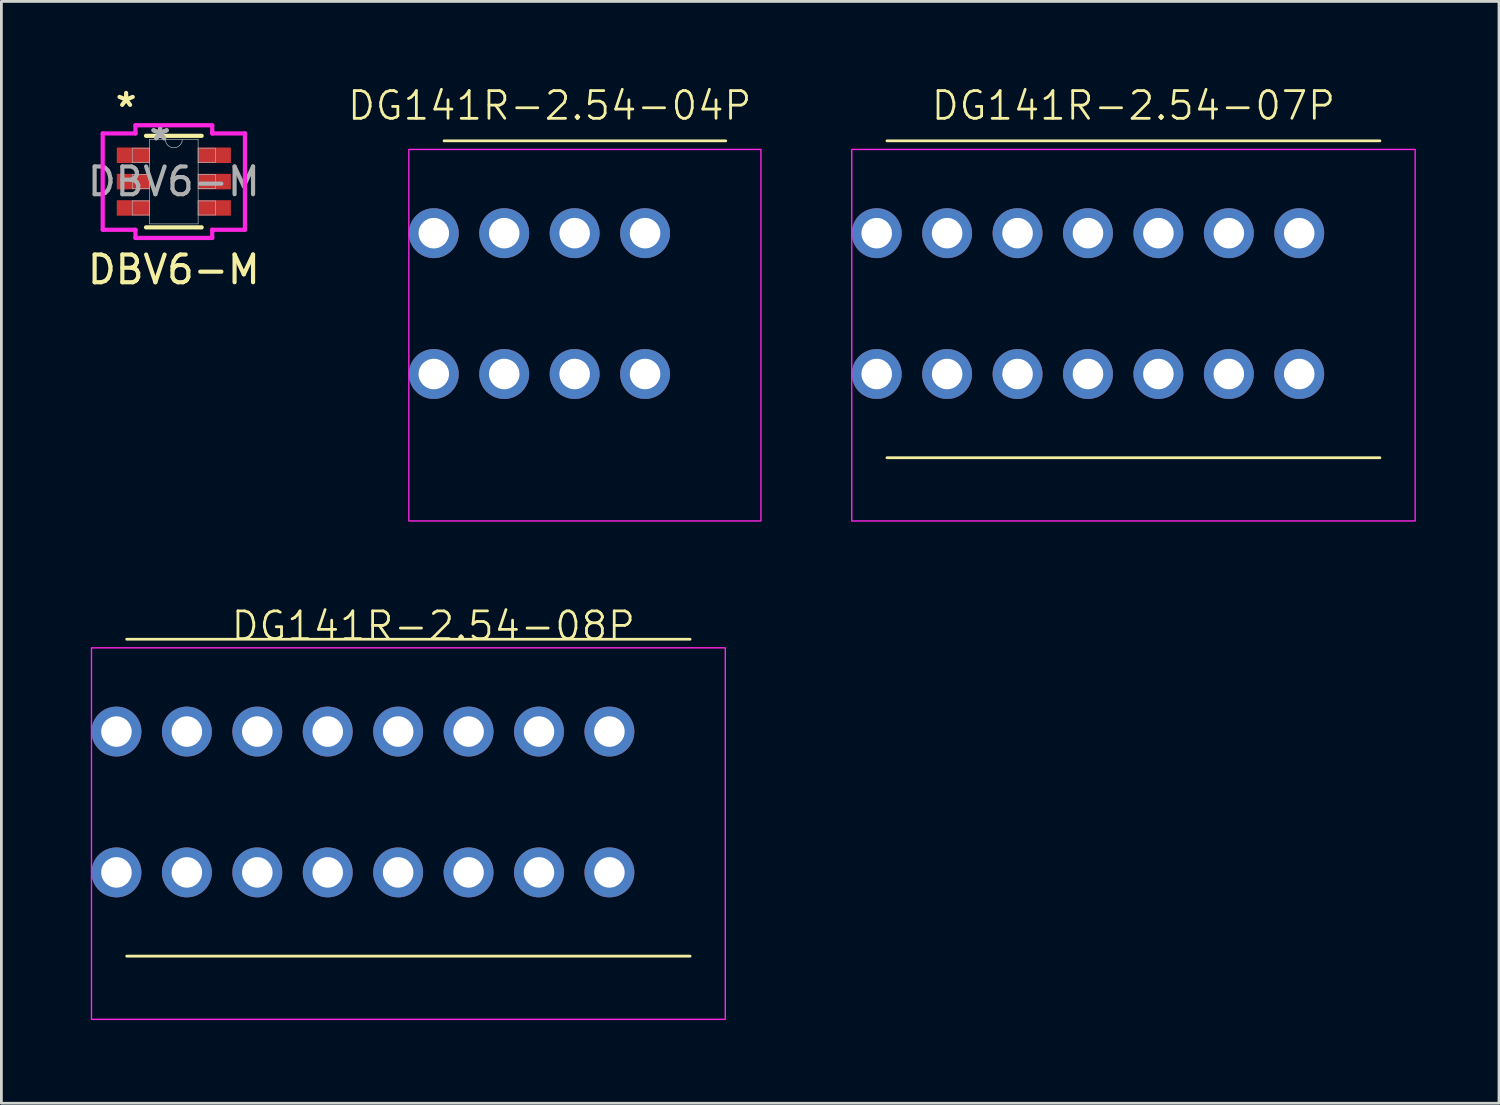
<source format=kicad_pcb>
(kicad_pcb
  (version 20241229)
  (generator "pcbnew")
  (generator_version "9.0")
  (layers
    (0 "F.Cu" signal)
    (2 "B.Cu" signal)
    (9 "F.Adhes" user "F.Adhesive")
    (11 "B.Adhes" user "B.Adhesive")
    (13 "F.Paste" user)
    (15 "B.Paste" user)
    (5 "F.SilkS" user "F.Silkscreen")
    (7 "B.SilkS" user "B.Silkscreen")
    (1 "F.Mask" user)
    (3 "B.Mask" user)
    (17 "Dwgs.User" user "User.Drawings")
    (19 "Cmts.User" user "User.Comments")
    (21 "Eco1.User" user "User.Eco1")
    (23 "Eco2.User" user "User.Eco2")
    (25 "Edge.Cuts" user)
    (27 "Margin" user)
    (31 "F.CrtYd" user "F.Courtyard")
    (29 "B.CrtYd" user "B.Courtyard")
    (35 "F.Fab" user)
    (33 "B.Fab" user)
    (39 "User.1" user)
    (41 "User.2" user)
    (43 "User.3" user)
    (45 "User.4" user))
  (footprint "DG141R-2.54-07P"
    (layer "F.Cu")
    (at 27.671 13.46)
    (property "Reference" "DG141R-2.54-07P" (at 10.16 -12.7 0) (unlocked yes) (layer "F.SilkS") (effects (font (size 1 1) (thickness 0.1))))
    (attr through_hole)
    (fp_line (start 1.27 -11.43) (end 19.05 -11.43) (stroke (width 0.1) (type default)) (layer "F.SilkS"))
    (fp_line (start 1.27 0) (end 19.05 0) (stroke (width 0.1) (type default)) (layer "F.SilkS"))
    (fp_rect (start 0 -11.12) (end 20.32 2.28) (stroke (width 0.05) (type default)) (fill no) (layer "F.CrtYd"))
    (pad "1" thru_hole circle (at 0.9 -8.1) (size 1.8 1.8) (drill 1.1) (layers "*.Cu" "*.Mask"))
    (pad "1." thru_hole circle (at 0.9 -3.02) (size 1.8 1.8) (drill 1.1) (layers "*.Cu" "*.Mask"))
    (pad "2" thru_hole circle (at 3.44 -8.1) (size 1.8 1.8) (drill 1.1) (layers "*.Cu" "*.Mask"))
    (pad "2." thru_hole circle (at 3.44 -3.02) (size 1.8 1.8) (drill 1.1) (layers "*.Cu" "*.Mask"))
    (pad "3" thru_hole circle (at 5.98 -8.1) (size 1.8 1.8) (drill 1.1) (layers "*.Cu" "*.Mask"))
    (pad "3." thru_hole circle (at 5.98 -3.02) (size 1.8 1.8) (drill 1.1) (layers "*.Cu" "*.Mask"))
    (pad "4" thru_hole circle (at 8.52 -8.1) (size 1.8 1.8) (drill 1.1) (layers "*.Cu" "*.Mask"))
    (pad "4." thru_hole circle (at 8.52 -3.02) (size 1.8 1.8) (drill 1.1) (layers "*.Cu" "*.Mask"))
    (pad "5" thru_hole circle (at 11.06 -8.1) (size 1.8 1.8) (drill 1.1) (layers "*.Cu" "*.Mask"))
    (pad "5." thru_hole circle (at 11.06 -3.02) (size 1.8 1.8) (drill 1.1) (layers "*.Cu" "*.Mask"))
    (pad "6" thru_hole circle (at 13.6 -8.1) (size 1.8 1.8) (drill 1.1) (layers "*.Cu" "*.Mask"))
    (pad "6." thru_hole circle (at 13.6 -3.02) (size 1.8 1.8) (drill 1.1) (layers "*.Cu" "*.Mask"))
    (pad "7" thru_hole circle (at 16.14 -8.1) (size 1.8 1.8) (drill 1.1) (layers "*.Cu" "*.Mask"))
    (pad "7." thru_hole circle (at 16.14 -3.02) (size 1.8 1.8) (drill 1.1) (layers "*.Cu" "*.Mask")))
  (footprint "DBV6-M"
    (layer "F.Cu")
    (at 3.22 3.5)
    (property "Reference" "DBV6-M" (at 0 3.175 0) (unlocked yes) (layer "F.SilkS") (effects (font (size 1 1) (thickness 0.15))))
    (attr smd)
    (fp_line (start -1.003 1.651) (end 1.003 1.651) (stroke (width 0.152) (type solid)) (layer "F.SilkS"))
    (fp_line (start 1.003 -1.651) (end -1.003 -1.651) (stroke (width 0.152) (type solid)) (layer "F.SilkS"))
    (fp_line (start -2.565 -1.737) (end -1.384 -1.737) (stroke (width 0.152) (type solid)) (layer "F.CrtYd"))
    (fp_line (start -2.565 1.737) (end -2.565 -1.737) (stroke (width 0.152) (type solid)) (layer "F.CrtYd"))
    (fp_line (start -2.565 1.737) (end -1.384 1.737) (stroke (width 0.152) (type solid)) (layer "F.CrtYd"))
    (fp_line (start -1.384 -2.032) (end 1.384 -2.032) (stroke (width 0.152) (type solid)) (layer "F.CrtYd"))
    (fp_line (start -1.384 -1.737) (end -1.384 -2.032) (stroke (width 0.152) (type solid)) (layer "F.CrtYd"))
    (fp_line (start -1.384 2.032) (end -1.384 1.737) (stroke (width 0.152) (type solid)) (layer "F.CrtYd"))
    (fp_line (start 1.384 -2.032) (end 1.384 -1.737) (stroke (width 0.152) (type solid)) (layer "F.CrtYd"))
    (fp_line (start 1.384 1.737) (end 1.384 2.032) (stroke (width 0.152) (type solid)) (layer "F.CrtYd"))
    (fp_line (start 1.384 2.032) (end -1.384 2.032) (stroke (width 0.152) (type solid)) (layer "F.CrtYd"))
    (fp_line (start 2.565 -1.737) (end 1.384 -1.737) (stroke (width 0.152) (type solid)) (layer "F.CrtYd"))
    (fp_line (start 2.565 -1.737) (end 2.565 1.737) (stroke (width 0.152) (type solid)) (layer "F.CrtYd"))
    (fp_line (start 2.565 1.737) (end 1.384 1.737) (stroke (width 0.152) (type solid)) (layer "F.CrtYd"))
    (fp_line (start -1.499 -1.204) (end -1.499 -0.696) (stroke (width 0.025) (type solid)) (layer "F.Fab"))
    (fp_line (start -1.499 -0.696) (end -0.876 -0.696) (stroke (width 0.025) (type solid)) (layer "F.Fab"))
    (fp_line (start -1.499 -0.254) (end -1.499 0.254) (stroke (width 0.025) (type solid)) (layer "F.Fab"))
    (fp_line (start -1.499 0.254) (end -0.876 0.254) (stroke (width 0.025) (type solid)) (layer "F.Fab"))
    (fp_line (start -1.499 0.696) (end -1.499 1.204) (stroke (width 0.025) (type solid)) (layer "F.Fab"))
    (fp_line (start -1.499 1.204) (end -0.876 1.204) (stroke (width 0.025) (type solid)) (layer "F.Fab"))
    (fp_line (start -0.876 -1.524) (end -0.876 1.524) (stroke (width 0.025) (type solid)) (layer "F.Fab"))
    (fp_line (start -0.876 -1.204) (end -1.499 -1.204) (stroke (width 0.025) (type solid)) (layer "F.Fab"))
    (fp_line (start -0.876 -0.696) (end -0.876 -1.204) (stroke (width 0.025) (type solid)) (layer "F.Fab"))
    (fp_line (start -0.876 -0.254) (end -1.499 -0.254) (stroke (width 0.025) (type solid)) (layer "F.Fab"))
    (fp_line (start -0.876 0.254) (end -0.876 -0.254) (stroke (width 0.025) (type solid)) (layer "F.Fab"))
    (fp_line (start -0.876 0.696) (end -1.499 0.696) (stroke (width 0.025) (type solid)) (layer "F.Fab"))
    (fp_line (start -0.876 1.204) (end -0.876 0.696) (stroke (width 0.025) (type solid)) (layer "F.Fab"))
    (fp_line (start -0.876 1.524) (end 0.876 1.524) (stroke (width 0.025) (type solid)) (layer "F.Fab"))
    (fp_line (start 0.876 -1.524) (end -0.876 -1.524) (stroke (width 0.025) (type solid)) (layer "F.Fab"))
    (fp_line (start 0.876 -1.204) (end 0.876 -0.696) (stroke (width 0.025) (type solid)) (layer "F.Fab"))
    (fp_line (start 0.876 -0.696) (end 1.499 -0.696) (stroke (width 0.025) (type solid)) (layer "F.Fab"))
    (fp_line (start 0.876 -0.254) (end 0.876 0.254) (stroke (width 0.025) (type solid)) (layer "F.Fab"))
    (fp_line (start 0.876 0.254) (end 1.499 0.254) (stroke (width 0.025) (type solid)) (layer "F.Fab"))
    (fp_line (start 0.876 0.696) (end 0.876 1.204) (stroke (width 0.025) (type solid)) (layer "F.Fab"))
    (fp_line (start 0.876 1.204) (end 1.499 1.204) (stroke (width 0.025) (type solid)) (layer "F.Fab"))
    (fp_line (start 0.876 1.524) (end 0.876 -1.524) (stroke (width 0.025) (type solid)) (layer "F.Fab"))
    (fp_line (start 1.499 -1.204) (end 0.876 -1.204) (stroke (width 0.025) (type solid)) (layer "F.Fab"))
    (fp_line (start 1.499 -0.696) (end 1.499 -1.204) (stroke (width 0.025) (type solid)) (layer "F.Fab"))
    (fp_line (start 1.499 -0.254) (end 0.876 -0.254) (stroke (width 0.025) (type solid)) (layer "F.Fab"))
    (fp_line (start 1.499 0.254) (end 1.499 -0.254) (stroke (width 0.025) (type solid)) (layer "F.Fab"))
    (fp_line (start 1.499 0.696) (end 0.876 0.696) (stroke (width 0.025) (type solid)) (layer "F.Fab"))
    (fp_line (start 1.499 1.204) (end 1.499 0.696) (stroke (width 0.025) (type solid)) (layer "F.Fab"))
    (fp_arc (start 0.3048 -1.524) (mid 0 -1.2192) (end -0.3048 -1.524) (stroke (width 0.0254) (type solid)) (layer "F.Fab"))
    (fp_text user "*" (at -1.721 -2.652 0) (unlocked yes) (layer "F.SilkS") (effects (font (size 1 1) (thickness 0.15))))
    (fp_text user "*" (at -0.495 -1.448 0) (layer "F.Fab") (effects (font (size 1 1) (thickness 0.15))))
    (fp_text user "*" (at -0.495 -1.448 0) (unlocked yes) (layer "F.Fab") (effects (font (size 1 1) (thickness 0.15))))
    (fp_text user "${REFERENCE}" (at 0 0 0) (unlocked yes) (layer "F.Fab") (effects (font (size 1 1) (thickness 0.15))))
    (pad "1" smd rect (at -1.467 -0.95) (size 1.181 0.559) (layers "F.Cu" "F.Mask" "F.Paste"))
    (pad "2" smd rect (at -1.467 0) (size 1.181 0.559) (layers "F.Cu" "F.Mask" "F.Paste"))
    (pad "3" smd rect (at -1.467 0.95) (size 1.181 0.559) (layers "F.Cu" "F.Mask" "F.Paste"))
    (pad "4" smd rect (at 1.467 0.95) (size 1.181 0.559) (layers "F.Cu" "F.Mask" "F.Paste"))
    (pad "5" smd rect (at 1.467 0) (size 1.181 0.559) (layers "F.Cu" "F.Mask" "F.Paste"))
    (pad "6" smd rect (at 1.467 -0.95) (size 1.181 0.559) (layers "F.Cu" "F.Mask" "F.Paste")))
  (footprint "DG141R-2.54-08P"
    (layer "F.Cu")
    (at 0.25 31.436)
    (property "Reference" "DG141R-2.54-08P" (at 12.33 -11.91 0) (unlocked yes) (layer "F.SilkS") (effects (font (size 1 1) (thickness 0.1))))
    (attr through_hole)
    (fp_line (start 1.27 -11.43) (end 21.59 -11.43) (stroke (width 0.1) (type default)) (layer "F.SilkS"))
    (fp_line (start 1.27 0) (end 21.59 0) (stroke (width 0.1) (type default)) (layer "F.SilkS"))
    (fp_rect (start 0 -11.12) (end 22.86 2.28) (stroke (width 0.05) (type default)) (fill no) (layer "F.CrtYd"))
    (pad "1" thru_hole circle (at 0.9 -8.1) (size 1.8 1.8) (drill 1.1) (layers "*.Cu" "*.Mask"))
    (pad "1." thru_hole circle (at 0.9 -3.02) (size 1.8 1.8) (drill 1.1) (layers "*.Cu" "*.Mask"))
    (pad "2" thru_hole circle (at 3.44 -8.1) (size 1.8 1.8) (drill 1.1) (layers "*.Cu" "*.Mask"))
    (pad "2." thru_hole circle (at 3.44 -3.02) (size 1.8 1.8) (drill 1.1) (layers "*.Cu" "*.Mask"))
    (pad "3" thru_hole circle (at 5.98 -8.1) (size 1.8 1.8) (drill 1.1) (layers "*.Cu" "*.Mask"))
    (pad "3." thru_hole circle (at 5.98 -3.02) (size 1.8 1.8) (drill 1.1) (layers "*.Cu" "*.Mask"))
    (pad "4" thru_hole circle (at 8.52 -8.1) (size 1.8 1.8) (drill 1.1) (layers "*.Cu" "*.Mask"))
    (pad "4." thru_hole circle (at 8.52 -3.02) (size 1.8 1.8) (drill 1.1) (layers "*.Cu" "*.Mask"))
    (pad "5" thru_hole circle (at 11.06 -8.1) (size 1.8 1.8) (drill 1.1) (layers "*.Cu" "*.Mask"))
    (pad "5." thru_hole circle (at 11.06 -3.02) (size 1.8 1.8) (drill 1.1) (layers "*.Cu" "*.Mask"))
    (pad "6" thru_hole circle (at 13.6 -8.1) (size 1.8 1.8) (drill 1.1) (layers "*.Cu" "*.Mask"))
    (pad "6." thru_hole circle (at 13.6 -3.02) (size 1.8 1.8) (drill 1.1) (layers "*.Cu" "*.Mask"))
    (pad "7" thru_hole circle (at 16.14 -8.1) (size 1.8 1.8) (drill 1.1) (layers "*.Cu" "*.Mask"))
    (pad "7." thru_hole circle (at 16.14 -3.02) (size 1.8 1.8) (drill 1.1) (layers "*.Cu" "*.Mask"))
    (pad "8" thru_hole circle (at 18.68 -8.1) (size 1.8 1.8) (drill 1.1) (layers "*.Cu" "*.Mask"))
    (pad "8." thru_hole circle (at 18.68 -3.02) (size 1.8 1.8) (drill 1.1) (layers "*.Cu" "*.Mask")))
  (footprint "DG141R-2.54-04P"
    (layer "F.Cu")
    (at 11.696 13.46)
    (property "Reference" "DG141R-2.54-04P" (at 5.08 -12.7 0) (unlocked yes) (layer "F.SilkS") (effects (font (size 1 1) (thickness 0.1))))
    (attr through_hole)
    (fp_line (start 1.27 -11.43) (end 11.43 -11.43) (stroke (width 0.1) (type default)) (layer "F.SilkS"))
    (fp_rect (start 0 -11.12) (end 12.7 2.28) (stroke (width 0.05) (type default)) (fill no) (layer "F.CrtYd"))
    (pad "1" thru_hole circle (at 0.9 -8.1) (size 1.8 1.8) (drill 1.1) (layers "*.Cu" "*.Mask"))
    (pad "1." thru_hole circle (at 0.9 -3.02) (size 1.8 1.8) (drill 1.1) (layers "*.Cu" "*.Mask"))
    (pad "2" thru_hole circle (at 3.44 -8.1) (size 1.8 1.8) (drill 1.1) (layers "*.Cu" "*.Mask"))
    (pad "2." thru_hole circle (at 3.44 -3.02) (size 1.8 1.8) (drill 1.1) (layers "*.Cu" "*.Mask"))
    (pad "3" thru_hole circle (at 5.98 -8.1) (size 1.8 1.8) (drill 1.1) (layers "*.Cu" "*.Mask"))
    (pad "3." thru_hole circle (at 5.98 -3.02) (size 1.8 1.8) (drill 1.1) (layers "*.Cu" "*.Mask"))
    (pad "4" thru_hole circle (at 8.52 -8.1) (size 1.8 1.8) (drill 1.1) (layers "*.Cu" "*.Mask"))
    (pad "4." thru_hole circle (at 8.52 -3.02) (size 1.8 1.8) (drill 1.1) (layers "*.Cu" "*.Mask")))
  (gr_rect
    (start -3 -3)
    (end 51.016 36.741)
    (stroke (width 0.1) (type default))
    (fill no)
    (layer "Edge.Cuts")))
</source>
